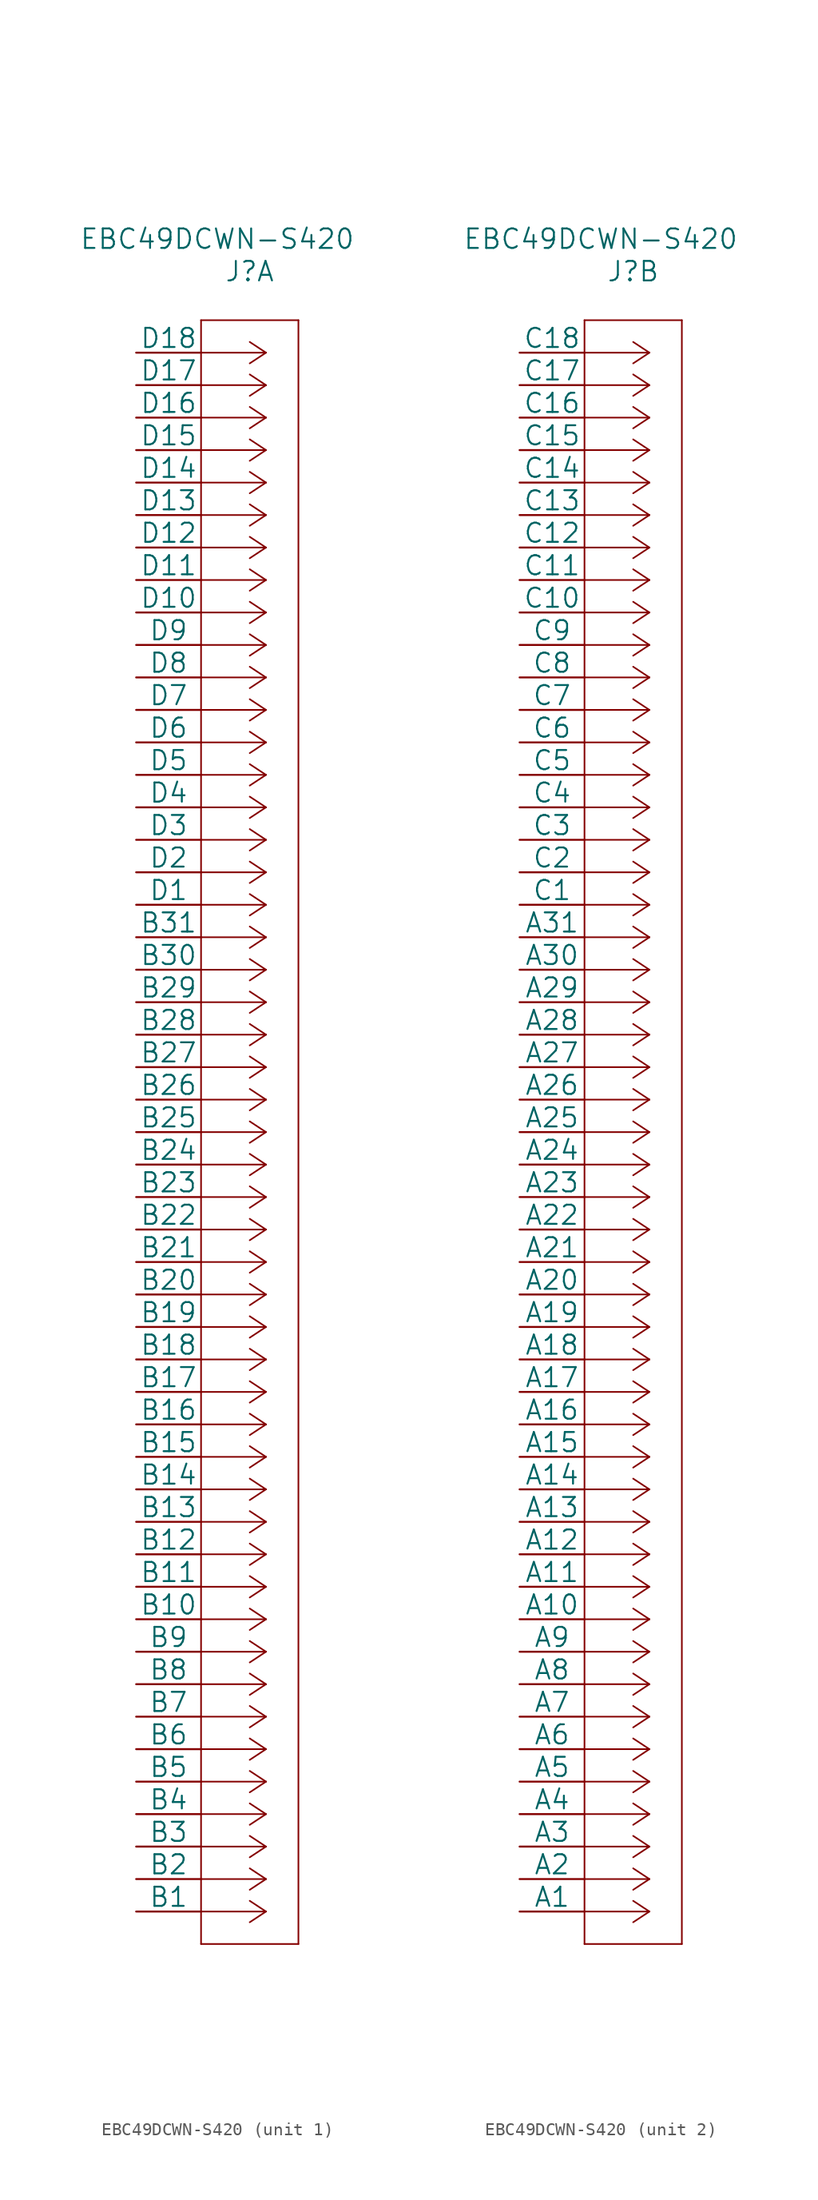
<source format=kicad_sym>
(kicad_symbol_lib
  (version 20211014)
  (generator kicad_symbol_editor)
  (symbol "EBC49DCWN-S420"
    (pin_numbers hide)
    (pin_names
      (offset 0))
    (property "Reference" "J"
      (at 8.89 6.35 0)
      (effects (font (size 1.524 1.524))))
    (property "Value" "EBC49DCWN-S420"
      (at 6.35 8.89 0)
      (effects (font (size 1.524 1.524))))
    (property "Datasheet" ""
      (at 0 0 0)
      (effects (font (size 1.524 1.524))))
    (property "ki_locked" ""
      (at 0 0 0)
      (effects (font (size 1.27 1.27))))
    (symbol "EBC49DCWN-S420_1_1"
      (polyline (pts (xy 5.08 -124.46) (xy 12.7 -124.46)) (stroke (width 0.127) (type default) (color 0 0 0 0)) (fill (type none)))
      (polyline (pts (xy 5.08 2.54) (xy 5.08 -124.46)) (stroke (width 0.127) (type default) (color 0 0 0 0)) (fill (type none)))
      (polyline (pts (xy 10.16 -121.92) (xy 5.08 -121.92)) (stroke (width 0.127) (type default) (color 0 0 0 0)) (fill (type none)))
      (polyline (pts (xy 10.16 -121.92) (xy 8.89 -122.758)) (stroke (width 0.127) (type default) (color 0 0 0 0)) (fill (type none)))
      (polyline (pts (xy 10.16 -121.92) (xy 8.89 -121.082)) (stroke (width 0.127) (type default) (color 0 0 0 0)) (fill (type none)))
      (polyline (pts (xy 10.16 -119.38) (xy 5.08 -119.38)) (stroke (width 0.127) (type default) (color 0 0 0 0)) (fill (type none)))
      (polyline (pts (xy 10.16 -119.38) (xy 8.89 -120.218)) (stroke (width 0.127) (type default) (color 0 0 0 0)) (fill (type none)))
      (polyline (pts (xy 10.16 -119.38) (xy 8.89 -118.542)) (stroke (width 0.127) (type default) (color 0 0 0 0)) (fill (type none)))
      (polyline (pts (xy 10.16 -116.84) (xy 5.08 -116.84)) (stroke (width 0.127) (type default) (color 0 0 0 0)) (fill (type none)))
      (polyline (pts (xy 10.16 -116.84) (xy 8.89 -117.678)) (stroke (width 0.127) (type default) (color 0 0 0 0)) (fill (type none)))
      (polyline (pts (xy 10.16 -116.84) (xy 8.89 -116.002)) (stroke (width 0.127) (type default) (color 0 0 0 0)) (fill (type none)))
      (polyline (pts (xy 10.16 -114.3) (xy 5.08 -114.3)) (stroke (width 0.127) (type default) (color 0 0 0 0)) (fill (type none)))
      (polyline (pts (xy 10.16 -114.3) (xy 8.89 -115.138)) (stroke (width 0.127) (type default) (color 0 0 0 0)) (fill (type none)))
      (polyline (pts (xy 10.16 -114.3) (xy 8.89 -113.462)) (stroke (width 0.127) (type default) (color 0 0 0 0)) (fill (type none)))
      (polyline (pts (xy 10.16 -111.76) (xy 5.08 -111.76)) (stroke (width 0.127) (type default) (color 0 0 0 0)) (fill (type none)))
      (polyline (pts (xy 10.16 -111.76) (xy 8.89 -112.598)) (stroke (width 0.127) (type default) (color 0 0 0 0)) (fill (type none)))
      (polyline (pts (xy 10.16 -111.76) (xy 8.89 -110.922)) (stroke (width 0.127) (type default) (color 0 0 0 0)) (fill (type none)))
      (polyline (pts (xy 10.16 -109.22) (xy 5.08 -109.22)) (stroke (width 0.127) (type default) (color 0 0 0 0)) (fill (type none)))
      (polyline (pts (xy 10.16 -109.22) (xy 8.89 -110.058)) (stroke (width 0.127) (type default) (color 0 0 0 0)) (fill (type none)))
      (polyline (pts (xy 10.16 -109.22) (xy 8.89 -108.382)) (stroke (width 0.127) (type default) (color 0 0 0 0)) (fill (type none)))
      (polyline (pts (xy 10.16 -106.68) (xy 5.08 -106.68)) (stroke (width 0.127) (type default) (color 0 0 0 0)) (fill (type none)))
      (polyline (pts (xy 10.16 -106.68) (xy 8.89 -107.518)) (stroke (width 0.127) (type default) (color 0 0 0 0)) (fill (type none)))
      (polyline (pts (xy 10.16 -106.68) (xy 8.89 -105.842)) (stroke (width 0.127) (type default) (color 0 0 0 0)) (fill (type none)))
      (polyline (pts (xy 10.16 -104.14) (xy 5.08 -104.14)) (stroke (width 0.127) (type default) (color 0 0 0 0)) (fill (type none)))
      (polyline (pts (xy 10.16 -104.14) (xy 8.89 -104.978)) (stroke (width 0.127) (type default) (color 0 0 0 0)) (fill (type none)))
      (polyline (pts (xy 10.16 -104.14) (xy 8.89 -103.302)) (stroke (width 0.127) (type default) (color 0 0 0 0)) (fill (type none)))
      (polyline (pts (xy 10.16 -101.6) (xy 5.08 -101.6)) (stroke (width 0.127) (type default) (color 0 0 0 0)) (fill (type none)))
      (polyline (pts (xy 10.16 -101.6) (xy 8.89 -102.438)) (stroke (width 0.127) (type default) (color 0 0 0 0)) (fill (type none)))
      (polyline (pts (xy 10.16 -101.6) (xy 8.89 -100.762)) (stroke (width 0.127) (type default) (color 0 0 0 0)) (fill (type none)))
      (polyline (pts (xy 10.16 -99.06) (xy 5.08 -99.06)) (stroke (width 0.127) (type default) (color 0 0 0 0)) (fill (type none)))
      (polyline (pts (xy 10.16 -99.06) (xy 8.89 -99.898)) (stroke (width 0.127) (type default) (color 0 0 0 0)) (fill (type none)))
      (polyline (pts (xy 10.16 -99.06) (xy 8.89 -98.222)) (stroke (width 0.127) (type default) (color 0 0 0 0)) (fill (type none)))
      (polyline (pts (xy 10.16 -96.52) (xy 5.08 -96.52)) (stroke (width 0.127) (type default) (color 0 0 0 0)) (fill (type none)))
      (polyline (pts (xy 10.16 -96.52) (xy 8.89 -97.358)) (stroke (width 0.127) (type default) (color 0 0 0 0)) (fill (type none)))
      (polyline (pts (xy 10.16 -96.52) (xy 8.89 -95.682)) (stroke (width 0.127) (type default) (color 0 0 0 0)) (fill (type none)))
      (polyline (pts (xy 10.16 -93.98) (xy 5.08 -93.98)) (stroke (width 0.127) (type default) (color 0 0 0 0)) (fill (type none)))
      (polyline (pts (xy 10.16 -93.98) (xy 8.89 -94.818)) (stroke (width 0.127) (type default) (color 0 0 0 0)) (fill (type none)))
      (polyline (pts (xy 10.16 -93.98) (xy 8.89 -93.142)) (stroke (width 0.127) (type default) (color 0 0 0 0)) (fill (type none)))
      (polyline (pts (xy 10.16 -91.44) (xy 5.08 -91.44)) (stroke (width 0.127) (type default) (color 0 0 0 0)) (fill (type none)))
      (polyline (pts (xy 10.16 -91.44) (xy 8.89 -92.278)) (stroke (width 0.127) (type default) (color 0 0 0 0)) (fill (type none)))
      (polyline (pts (xy 10.16 -91.44) (xy 8.89 -90.602)) (stroke (width 0.127) (type default) (color 0 0 0 0)) (fill (type none)))
      (polyline (pts (xy 10.16 -88.9) (xy 5.08 -88.9)) (stroke (width 0.127) (type default) (color 0 0 0 0)) (fill (type none)))
      (polyline (pts (xy 10.16 -88.9) (xy 8.89 -89.738)) (stroke (width 0.127) (type default) (color 0 0 0 0)) (fill (type none)))
      (polyline (pts (xy 10.16 -88.9) (xy 8.89 -88.062)) (stroke (width 0.127) (type default) (color 0 0 0 0)) (fill (type none)))
      (polyline (pts (xy 10.16 -86.36) (xy 5.08 -86.36)) (stroke (width 0.127) (type default) (color 0 0 0 0)) (fill (type none)))
      (polyline (pts (xy 10.16 -86.36) (xy 8.89 -87.198)) (stroke (width 0.127) (type default) (color 0 0 0 0)) (fill (type none)))
      (polyline (pts (xy 10.16 -86.36) (xy 8.89 -85.522)) (stroke (width 0.127) (type default) (color 0 0 0 0)) (fill (type none)))
      (polyline (pts (xy 10.16 -83.82) (xy 5.08 -83.82)) (stroke (width 0.127) (type default) (color 0 0 0 0)) (fill (type none)))
      (polyline (pts (xy 10.16 -83.82) (xy 8.89 -84.658)) (stroke (width 0.127) (type default) (color 0 0 0 0)) (fill (type none)))
      (polyline (pts (xy 10.16 -83.82) (xy 8.89 -82.982)) (stroke (width 0.127) (type default) (color 0 0 0 0)) (fill (type none)))
      (polyline (pts (xy 10.16 -81.28) (xy 5.08 -81.28)) (stroke (width 0.127) (type default) (color 0 0 0 0)) (fill (type none)))
      (polyline (pts (xy 10.16 -81.28) (xy 8.89 -82.118)) (stroke (width 0.127) (type default) (color 0 0 0 0)) (fill (type none)))
      (polyline (pts (xy 10.16 -81.28) (xy 8.89 -80.442)) (stroke (width 0.127) (type default) (color 0 0 0 0)) (fill (type none)))
      (polyline (pts (xy 10.16 -78.74) (xy 5.08 -78.74)) (stroke (width 0.127) (type default) (color 0 0 0 0)) (fill (type none)))
      (polyline (pts (xy 10.16 -78.74) (xy 8.89 -79.578)) (stroke (width 0.127) (type default) (color 0 0 0 0)) (fill (type none)))
      (polyline (pts (xy 10.16 -78.74) (xy 8.89 -77.902)) (stroke (width 0.127) (type default) (color 0 0 0 0)) (fill (type none)))
      (polyline (pts (xy 10.16 -76.2) (xy 5.08 -76.2)) (stroke (width 0.127) (type default) (color 0 0 0 0)) (fill (type none)))
      (polyline (pts (xy 10.16 -76.2) (xy 8.89 -77.038)) (stroke (width 0.127) (type default) (color 0 0 0 0)) (fill (type none)))
      (polyline (pts (xy 10.16 -76.2) (xy 8.89 -75.362)) (stroke (width 0.127) (type default) (color 0 0 0 0)) (fill (type none)))
      (polyline (pts (xy 10.16 -73.66) (xy 5.08 -73.66)) (stroke (width 0.127) (type default) (color 0 0 0 0)) (fill (type none)))
      (polyline (pts (xy 10.16 -73.66) (xy 8.89 -74.498)) (stroke (width 0.127) (type default) (color 0 0 0 0)) (fill (type none)))
      (polyline (pts (xy 10.16 -73.66) (xy 8.89 -72.822)) (stroke (width 0.127) (type default) (color 0 0 0 0)) (fill (type none)))
      (polyline (pts (xy 10.16 -71.12) (xy 5.08 -71.12)) (stroke (width 0.127) (type default) (color 0 0 0 0)) (fill (type none)))
      (polyline (pts (xy 10.16 -71.12) (xy 8.89 -71.958)) (stroke (width 0.127) (type default) (color 0 0 0 0)) (fill (type none)))
      (polyline (pts (xy 10.16 -71.12) (xy 8.89 -70.282)) (stroke (width 0.127) (type default) (color 0 0 0 0)) (fill (type none)))
      (polyline (pts (xy 10.16 -68.58) (xy 5.08 -68.58)) (stroke (width 0.127) (type default) (color 0 0 0 0)) (fill (type none)))
      (polyline (pts (xy 10.16 -68.58) (xy 8.89 -69.418)) (stroke (width 0.127) (type default) (color 0 0 0 0)) (fill (type none)))
      (polyline (pts (xy 10.16 -68.58) (xy 8.89 -67.742)) (stroke (width 0.127) (type default) (color 0 0 0 0)) (fill (type none)))
      (polyline (pts (xy 10.16 -66.04) (xy 5.08 -66.04)) (stroke (width 0.127) (type default) (color 0 0 0 0)) (fill (type none)))
      (polyline (pts (xy 10.16 -66.04) (xy 8.89 -66.878)) (stroke (width 0.127) (type default) (color 0 0 0 0)) (fill (type none)))
      (polyline (pts (xy 10.16 -66.04) (xy 8.89 -65.202)) (stroke (width 0.127) (type default) (color 0 0 0 0)) (fill (type none)))
      (polyline (pts (xy 10.16 -63.5) (xy 5.08 -63.5)) (stroke (width 0.127) (type default) (color 0 0 0 0)) (fill (type none)))
      (polyline (pts (xy 10.16 -63.5) (xy 8.89 -64.338)) (stroke (width 0.127) (type default) (color 0 0 0 0)) (fill (type none)))
      (polyline (pts (xy 10.16 -63.5) (xy 8.89 -62.662)) (stroke (width 0.127) (type default) (color 0 0 0 0)) (fill (type none)))
      (polyline (pts (xy 10.16 -60.96) (xy 5.08 -60.96)) (stroke (width 0.127) (type default) (color 0 0 0 0)) (fill (type none)))
      (polyline (pts (xy 10.16 -60.96) (xy 8.89 -61.798)) (stroke (width 0.127) (type default) (color 0 0 0 0)) (fill (type none)))
      (polyline (pts (xy 10.16 -60.96) (xy 8.89 -60.122)) (stroke (width 0.127) (type default) (color 0 0 0 0)) (fill (type none)))
      (polyline (pts (xy 10.16 -58.42) (xy 5.08 -58.42)) (stroke (width 0.127) (type default) (color 0 0 0 0)) (fill (type none)))
      (polyline (pts (xy 10.16 -58.42) (xy 8.89 -59.258)) (stroke (width 0.127) (type default) (color 0 0 0 0)) (fill (type none)))
      (polyline (pts (xy 10.16 -58.42) (xy 8.89 -57.582)) (stroke (width 0.127) (type default) (color 0 0 0 0)) (fill (type none)))
      (polyline (pts (xy 10.16 -55.88) (xy 5.08 -55.88)) (stroke (width 0.127) (type default) (color 0 0 0 0)) (fill (type none)))
      (polyline (pts (xy 10.16 -55.88) (xy 8.89 -56.718)) (stroke (width 0.127) (type default) (color 0 0 0 0)) (fill (type none)))
      (polyline (pts (xy 10.16 -55.88) (xy 8.89 -55.042)) (stroke (width 0.127) (type default) (color 0 0 0 0)) (fill (type none)))
      (polyline (pts (xy 10.16 -53.34) (xy 5.08 -53.34)) (stroke (width 0.127) (type default) (color 0 0 0 0)) (fill (type none)))
      (polyline (pts (xy 10.16 -53.34) (xy 8.89 -54.178)) (stroke (width 0.127) (type default) (color 0 0 0 0)) (fill (type none)))
      (polyline (pts (xy 10.16 -53.34) (xy 8.89 -52.502)) (stroke (width 0.127) (type default) (color 0 0 0 0)) (fill (type none)))
      (polyline (pts (xy 10.16 -50.8) (xy 5.08 -50.8)) (stroke (width 0.127) (type default) (color 0 0 0 0)) (fill (type none)))
      (polyline (pts (xy 10.16 -50.8) (xy 8.89 -51.638)) (stroke (width 0.127) (type default) (color 0 0 0 0)) (fill (type none)))
      (polyline (pts (xy 10.16 -50.8) (xy 8.89 -49.962)) (stroke (width 0.127) (type default) (color 0 0 0 0)) (fill (type none)))
      (polyline (pts (xy 10.16 -48.26) (xy 5.08 -48.26)) (stroke (width 0.127) (type default) (color 0 0 0 0)) (fill (type none)))
      (polyline (pts (xy 10.16 -48.26) (xy 8.89 -49.098)) (stroke (width 0.127) (type default) (color 0 0 0 0)) (fill (type none)))
      (polyline (pts (xy 10.16 -48.26) (xy 8.89 -47.422)) (stroke (width 0.127) (type default) (color 0 0 0 0)) (fill (type none)))
      (polyline (pts (xy 10.16 -45.72) (xy 5.08 -45.72)) (stroke (width 0.127) (type default) (color 0 0 0 0)) (fill (type none)))
      (polyline (pts (xy 10.16 -45.72) (xy 8.89 -46.558)) (stroke (width 0.127) (type default) (color 0 0 0 0)) (fill (type none)))
      (polyline (pts (xy 10.16 -45.72) (xy 8.89 -44.882)) (stroke (width 0.127) (type default) (color 0 0 0 0)) (fill (type none)))
      (polyline (pts (xy 10.16 -43.18) (xy 5.08 -43.18)) (stroke (width 0.127) (type default) (color 0 0 0 0)) (fill (type none)))
      (polyline (pts (xy 10.16 -43.18) (xy 8.89 -44.018)) (stroke (width 0.127) (type default) (color 0 0 0 0)) (fill (type none)))
      (polyline (pts (xy 10.16 -43.18) (xy 8.89 -42.342)) (stroke (width 0.127) (type default) (color 0 0 0 0)) (fill (type none)))
      (polyline (pts (xy 10.16 -40.64) (xy 5.08 -40.64)) (stroke (width 0.127) (type default) (color 0 0 0 0)) (fill (type none)))
      (polyline (pts (xy 10.16 -40.64) (xy 8.89 -41.478)) (stroke (width 0.127) (type default) (color 0 0 0 0)) (fill (type none)))
      (polyline (pts (xy 10.16 -40.64) (xy 8.89 -39.802)) (stroke (width 0.127) (type default) (color 0 0 0 0)) (fill (type none)))
      (polyline (pts (xy 10.16 -38.1) (xy 5.08 -38.1)) (stroke (width 0.127) (type default) (color 0 0 0 0)) (fill (type none)))
      (polyline (pts (xy 10.16 -38.1) (xy 8.89 -38.938)) (stroke (width 0.127) (type default) (color 0 0 0 0)) (fill (type none)))
      (polyline (pts (xy 10.16 -38.1) (xy 8.89 -37.262)) (stroke (width 0.127) (type default) (color 0 0 0 0)) (fill (type none)))
      (polyline (pts (xy 10.16 -35.56) (xy 5.08 -35.56)) (stroke (width 0.127) (type default) (color 0 0 0 0)) (fill (type none)))
      (polyline (pts (xy 10.16 -35.56) (xy 8.89 -36.398)) (stroke (width 0.127) (type default) (color 0 0 0 0)) (fill (type none)))
      (polyline (pts (xy 10.16 -35.56) (xy 8.89 -34.722)) (stroke (width 0.127) (type default) (color 0 0 0 0)) (fill (type none)))
      (polyline (pts (xy 10.16 -33.02) (xy 5.08 -33.02)) (stroke (width 0.127) (type default) (color 0 0 0 0)) (fill (type none)))
      (polyline (pts (xy 10.16 -33.02) (xy 8.89 -33.858)) (stroke (width 0.127) (type default) (color 0 0 0 0)) (fill (type none)))
      (polyline (pts (xy 10.16 -33.02) (xy 8.89 -32.182)) (stroke (width 0.127) (type default) (color 0 0 0 0)) (fill (type none)))
      (polyline (pts (xy 10.16 -30.48) (xy 5.08 -30.48)) (stroke (width 0.127) (type default) (color 0 0 0 0)) (fill (type none)))
      (polyline (pts (xy 10.16 -30.48) (xy 8.89 -31.318)) (stroke (width 0.127) (type default) (color 0 0 0 0)) (fill (type none)))
      (polyline (pts (xy 10.16 -30.48) (xy 8.89 -29.642)) (stroke (width 0.127) (type default) (color 0 0 0 0)) (fill (type none)))
      (polyline (pts (xy 10.16 -27.94) (xy 5.08 -27.94)) (stroke (width 0.127) (type default) (color 0 0 0 0)) (fill (type none)))
      (polyline (pts (xy 10.16 -27.94) (xy 8.89 -28.778)) (stroke (width 0.127) (type default) (color 0 0 0 0)) (fill (type none)))
      (polyline (pts (xy 10.16 -27.94) (xy 8.89 -27.102)) (stroke (width 0.127) (type default) (color 0 0 0 0)) (fill (type none)))
      (polyline (pts (xy 10.16 -25.4) (xy 5.08 -25.4)) (stroke (width 0.127) (type default) (color 0 0 0 0)) (fill (type none)))
      (polyline (pts (xy 10.16 -25.4) (xy 8.89 -26.238)) (stroke (width 0.127) (type default) (color 0 0 0 0)) (fill (type none)))
      (polyline (pts (xy 10.16 -25.4) (xy 8.89 -24.562)) (stroke (width 0.127) (type default) (color 0 0 0 0)) (fill (type none)))
      (polyline (pts (xy 10.16 -22.86) (xy 5.08 -22.86)) (stroke (width 0.127) (type default) (color 0 0 0 0)) (fill (type none)))
      (polyline (pts (xy 10.16 -22.86) (xy 8.89 -23.698)) (stroke (width 0.127) (type default) (color 0 0 0 0)) (fill (type none)))
      (polyline (pts (xy 10.16 -22.86) (xy 8.89 -22.022)) (stroke (width 0.127) (type default) (color 0 0 0 0)) (fill (type none)))
      (polyline (pts (xy 10.16 -20.32) (xy 5.08 -20.32)) (stroke (width 0.127) (type default) (color 0 0 0 0)) (fill (type none)))
      (polyline (pts (xy 10.16 -20.32) (xy 8.89 -21.158)) (stroke (width 0.127) (type default) (color 0 0 0 0)) (fill (type none)))
      (polyline (pts (xy 10.16 -20.32) (xy 8.89 -19.482)) (stroke (width 0.127) (type default) (color 0 0 0 0)) (fill (type none)))
      (polyline (pts (xy 10.16 -17.78) (xy 5.08 -17.78)) (stroke (width 0.127) (type default) (color 0 0 0 0)) (fill (type none)))
      (polyline (pts (xy 10.16 -17.78) (xy 8.89 -18.618)) (stroke (width 0.127) (type default) (color 0 0 0 0)) (fill (type none)))
      (polyline (pts (xy 10.16 -17.78) (xy 8.89 -16.942)) (stroke (width 0.127) (type default) (color 0 0 0 0)) (fill (type none)))
      (polyline (pts (xy 10.16 -15.24) (xy 5.08 -15.24)) (stroke (width 0.127) (type default) (color 0 0 0 0)) (fill (type none)))
      (polyline (pts (xy 10.16 -15.24) (xy 8.89 -16.078)) (stroke (width 0.127) (type default) (color 0 0 0 0)) (fill (type none)))
      (polyline (pts (xy 10.16 -15.24) (xy 8.89 -14.402)) (stroke (width 0.127) (type default) (color 0 0 0 0)) (fill (type none)))
      (polyline (pts (xy 10.16 -12.7) (xy 5.08 -12.7)) (stroke (width 0.127) (type default) (color 0 0 0 0)) (fill (type none)))
      (polyline (pts (xy 10.16 -12.7) (xy 8.89 -13.538)) (stroke (width 0.127) (type default) (color 0 0 0 0)) (fill (type none)))
      (polyline (pts (xy 10.16 -12.7) (xy 8.89 -11.862)) (stroke (width 0.127) (type default) (color 0 0 0 0)) (fill (type none)))
      (polyline (pts (xy 10.16 -10.16) (xy 5.08 -10.16)) (stroke (width 0.127) (type default) (color 0 0 0 0)) (fill (type none)))
      (polyline (pts (xy 10.16 -10.16) (xy 8.89 -10.998)) (stroke (width 0.127) (type default) (color 0 0 0 0)) (fill (type none)))
      (polyline (pts (xy 10.16 -10.16) (xy 8.89 -9.322)) (stroke (width 0.127) (type default) (color 0 0 0 0)) (fill (type none)))
      (polyline (pts (xy 10.16 -7.62) (xy 5.08 -7.62)) (stroke (width 0.127) (type default) (color 0 0 0 0)) (fill (type none)))
      (polyline (pts (xy 10.16 -7.62) (xy 8.89 -8.458)) (stroke (width 0.127) (type default) (color 0 0 0 0)) (fill (type none)))
      (polyline (pts (xy 10.16 -7.62) (xy 8.89 -6.782)) (stroke (width 0.127) (type default) (color 0 0 0 0)) (fill (type none)))
      (polyline (pts (xy 10.16 -5.08) (xy 5.08 -5.08)) (stroke (width 0.127) (type default) (color 0 0 0 0)) (fill (type none)))
      (polyline (pts (xy 10.16 -5.08) (xy 8.89 -5.918)) (stroke (width 0.127) (type default) (color 0 0 0 0)) (fill (type none)))
      (polyline (pts (xy 10.16 -5.08) (xy 8.89 -4.242)) (stroke (width 0.127) (type default) (color 0 0 0 0)) (fill (type none)))
      (polyline (pts (xy 10.16 -2.54) (xy 5.08 -2.54)) (stroke (width 0.127) (type default) (color 0 0 0 0)) (fill (type none)))
      (polyline (pts (xy 10.16 -2.54) (xy 8.89 -3.378)) (stroke (width 0.127) (type default) (color 0 0 0 0)) (fill (type none)))
      (polyline (pts (xy 10.16 -2.54) (xy 8.89 -1.702)) (stroke (width 0.127) (type default) (color 0 0 0 0)) (fill (type none)))
      (polyline (pts (xy 10.16 0) (xy 5.08 0)) (stroke (width 0.127) (type default) (color 0 0 0 0)) (fill (type none)))
      (polyline (pts (xy 10.16 0) (xy 8.89 -0.838)) (stroke (width 0.127) (type default) (color 0 0 0 0)) (fill (type none)))
      (polyline (pts (xy 10.16 0) (xy 8.89 0.838)) (stroke (width 0.127) (type default) (color 0 0 0 0)) (fill (type none)))
      (polyline (pts (xy 12.7 -124.46) (xy 12.7 2.54)) (stroke (width 0.127) (type default) (color 0 0 0 0)) (fill (type none)))
      (polyline (pts (xy 12.7 2.54) (xy 5.08 2.54)) (stroke (width 0.127) (type default) (color 0 0 0 0)) (fill (type none)))
      (pin unspecified line (at 0 0 0) (length 5.08) (name "D18" (effects (font (size 1.499 1.499)))) (number "1" (effects (font (size 1.499 1.499)))))
      (pin unspecified line (at 0 -22.86 0) (length 5.08) (name "D9" (effects (font (size 1.499 1.499)))) (number "10" (effects (font (size 1.499 1.499)))))
      (pin unspecified line (at 0 -25.4 0) (length 5.08) (name "D8" (effects (font (size 1.499 1.499)))) (number "11" (effects (font (size 1.499 1.499)))))
      (pin unspecified line (at 0 -27.94 0) (length 5.08) (name "D7" (effects (font (size 1.499 1.499)))) (number "12" (effects (font (size 1.499 1.499)))))
      (pin unspecified line (at 0 -30.48 0) (length 5.08) (name "D6" (effects (font (size 1.499 1.499)))) (number "13" (effects (font (size 1.499 1.499)))))
      (pin unspecified line (at 0 -33.02 0) (length 5.08) (name "D5" (effects (font (size 1.499 1.499)))) (number "14" (effects (font (size 1.499 1.499)))))
      (pin unspecified line (at 0 -35.56 0) (length 5.08) (name "D4" (effects (font (size 1.499 1.499)))) (number "15" (effects (font (size 1.499 1.499)))))
      (pin unspecified line (at 0 -38.1 0) (length 5.08) (name "D3" (effects (font (size 1.499 1.499)))) (number "16" (effects (font (size 1.499 1.499)))))
      (pin unspecified line (at 0 -40.64 0) (length 5.08) (name "D2" (effects (font (size 1.499 1.499)))) (number "17" (effects (font (size 1.499 1.499)))))
      (pin unspecified line (at 0 -43.18 0) (length 5.08) (name "D1" (effects (font (size 1.499 1.499)))) (number "18" (effects (font (size 1.499 1.499)))))
      (pin unspecified line (at 0 -45.72 0) (length 5.08) (name "B31" (effects (font (size 1.499 1.499)))) (number "19" (effects (font (size 1.499 1.499)))))
      (pin unspecified line (at 0 -2.54 0) (length 5.08) (name "D17" (effects (font (size 1.499 1.499)))) (number "2" (effects (font (size 1.499 1.499)))))
      (pin unspecified line (at 0 -48.26 0) (length 5.08) (name "B30" (effects (font (size 1.499 1.499)))) (number "20" (effects (font (size 1.499 1.499)))))
      (pin unspecified line (at 0 -50.8 0) (length 5.08) (name "B29" (effects (font (size 1.499 1.499)))) (number "21" (effects (font (size 1.499 1.499)))))
      (pin unspecified line (at 0 -53.34 0) (length 5.08) (name "B28" (effects (font (size 1.499 1.499)))) (number "22" (effects (font (size 1.499 1.499)))))
      (pin unspecified line (at 0 -55.88 0) (length 5.08) (name "B27" (effects (font (size 1.499 1.499)))) (number "23" (effects (font (size 1.499 1.499)))))
      (pin unspecified line (at 0 -58.42 0) (length 5.08) (name "B26" (effects (font (size 1.499 1.499)))) (number "24" (effects (font (size 1.499 1.499)))))
      (pin unspecified line (at 0 -60.96 0) (length 5.08) (name "B25" (effects (font (size 1.499 1.499)))) (number "25" (effects (font (size 1.499 1.499)))))
      (pin unspecified line (at 0 -63.5 0) (length 5.08) (name "B24" (effects (font (size 1.499 1.499)))) (number "26" (effects (font (size 1.499 1.499)))))
      (pin unspecified line (at 0 -66.04 0) (length 5.08) (name "B23" (effects (font (size 1.499 1.499)))) (number "27" (effects (font (size 1.499 1.499)))))
      (pin unspecified line (at 0 -68.58 0) (length 5.08) (name "B22" (effects (font (size 1.499 1.499)))) (number "28" (effects (font (size 1.499 1.499)))))
      (pin unspecified line (at 0 -71.12 0) (length 5.08) (name "B21" (effects (font (size 1.499 1.499)))) (number "29" (effects (font (size 1.499 1.499)))))
      (pin unspecified line (at 0 -5.08 0) (length 5.08) (name "D16" (effects (font (size 1.499 1.499)))) (number "3" (effects (font (size 1.499 1.499)))))
      (pin unspecified line (at 0 -73.66 0) (length 5.08) (name "B20" (effects (font (size 1.499 1.499)))) (number "30" (effects (font (size 1.499 1.499)))))
      (pin unspecified line (at 0 -76.2 0) (length 5.08) (name "B19" (effects (font (size 1.499 1.499)))) (number "31" (effects (font (size 1.499 1.499)))))
      (pin unspecified line (at 0 -78.74 0) (length 5.08) (name "B18" (effects (font (size 1.499 1.499)))) (number "32" (effects (font (size 1.499 1.499)))))
      (pin unspecified line (at 0 -81.28 0) (length 5.08) (name "B17" (effects (font (size 1.499 1.499)))) (number "33" (effects (font (size 1.499 1.499)))))
      (pin unspecified line (at 0 -83.82 0) (length 5.08) (name "B16" (effects (font (size 1.499 1.499)))) (number "34" (effects (font (size 1.499 1.499)))))
      (pin unspecified line (at 0 -86.36 0) (length 5.08) (name "B15" (effects (font (size 1.499 1.499)))) (number "35" (effects (font (size 1.499 1.499)))))
      (pin unspecified line (at 0 -88.9 0) (length 5.08) (name "B14" (effects (font (size 1.499 1.499)))) (number "36" (effects (font (size 1.499 1.499)))))
      (pin unspecified line (at 0 -91.44 0) (length 5.08) (name "B13" (effects (font (size 1.499 1.499)))) (number "37" (effects (font (size 1.499 1.499)))))
      (pin unspecified line (at 0 -93.98 0) (length 5.08) (name "B12" (effects (font (size 1.499 1.499)))) (number "38" (effects (font (size 1.499 1.499)))))
      (pin unspecified line (at 0 -96.52 0) (length 5.08) (name "B11" (effects (font (size 1.499 1.499)))) (number "39" (effects (font (size 1.499 1.499)))))
      (pin unspecified line (at 0 -7.62 0) (length 5.08) (name "D15" (effects (font (size 1.499 1.499)))) (number "4" (effects (font (size 1.499 1.499)))))
      (pin unspecified line (at 0 -99.06 0) (length 5.08) (name "B10" (effects (font (size 1.499 1.499)))) (number "40" (effects (font (size 1.499 1.499)))))
      (pin unspecified line (at 0 -101.6 0) (length 5.08) (name "B9" (effects (font (size 1.499 1.499)))) (number "41" (effects (font (size 1.499 1.499)))))
      (pin unspecified line (at 0 -104.14 0) (length 5.08) (name "B8" (effects (font (size 1.499 1.499)))) (number "42" (effects (font (size 1.499 1.499)))))
      (pin unspecified line (at 0 -106.68 0) (length 5.08) (name "B7" (effects (font (size 1.499 1.499)))) (number "43" (effects (font (size 1.499 1.499)))))
      (pin unspecified line (at 0 -109.22 0) (length 5.08) (name "B6" (effects (font (size 1.499 1.499)))) (number "44" (effects (font (size 1.499 1.499)))))
      (pin unspecified line (at 0 -111.76 0) (length 5.08) (name "B5" (effects (font (size 1.499 1.499)))) (number "45" (effects (font (size 1.499 1.499)))))
      (pin unspecified line (at 0 -114.3 0) (length 5.08) (name "B4" (effects (font (size 1.499 1.499)))) (number "46" (effects (font (size 1.499 1.499)))))
      (pin unspecified line (at 0 -116.84 0) (length 5.08) (name "B3" (effects (font (size 1.499 1.499)))) (number "47" (effects (font (size 1.499 1.499)))))
      (pin unspecified line (at 0 -119.38 0) (length 5.08) (name "B2" (effects (font (size 1.499 1.499)))) (number "48" (effects (font (size 1.499 1.499)))))
      (pin unspecified line (at 0 -121.92 0) (length 5.08) (name "B1" (effects (font (size 1.499 1.499)))) (number "49" (effects (font (size 1.499 1.499)))))
      (pin unspecified line (at 0 -10.16 0) (length 5.08) (name "D14" (effects (font (size 1.499 1.499)))) (number "5" (effects (font (size 1.499 1.499)))))
      (pin unspecified line (at 0 -12.7 0) (length 5.08) (name "D13" (effects (font (size 1.499 1.499)))) (number "6" (effects (font (size 1.499 1.499)))))
      (pin unspecified line (at 0 -15.24 0) (length 5.08) (name "D12" (effects (font (size 1.499 1.499)))) (number "7" (effects (font (size 1.499 1.499)))))
      (pin unspecified line (at 0 -17.78 0) (length 5.08) (name "D11" (effects (font (size 1.499 1.499)))) (number "8" (effects (font (size 1.499 1.499)))))
      (pin unspecified line (at 0 -20.32 0) (length 5.08) (name "D10" (effects (font (size 1.499 1.499)))) (number "9" (effects (font (size 1.499 1.499))))))
    (symbol "EBC49DCWN-S420_2_1"
      (polyline (pts (xy 5.08 -124.46) (xy 12.7 -124.46)) (stroke (width 0.127) (type default) (color 0 0 0 0)) (fill (type none)))
      (polyline (pts (xy 5.08 2.54) (xy 5.08 -124.46)) (stroke (width 0.127) (type default) (color 0 0 0 0)) (fill (type none)))
      (polyline (pts (xy 10.16 -121.92) (xy 5.08 -121.92)) (stroke (width 0.127) (type default) (color 0 0 0 0)) (fill (type none)))
      (polyline (pts (xy 10.16 -121.92) (xy 8.89 -122.758)) (stroke (width 0.127) (type default) (color 0 0 0 0)) (fill (type none)))
      (polyline (pts (xy 10.16 -121.92) (xy 8.89 -121.082)) (stroke (width 0.127) (type default) (color 0 0 0 0)) (fill (type none)))
      (polyline (pts (xy 10.16 -119.38) (xy 5.08 -119.38)) (stroke (width 0.127) (type default) (color 0 0 0 0)) (fill (type none)))
      (polyline (pts (xy 10.16 -119.38) (xy 8.89 -120.218)) (stroke (width 0.127) (type default) (color 0 0 0 0)) (fill (type none)))
      (polyline (pts (xy 10.16 -119.38) (xy 8.89 -118.542)) (stroke (width 0.127) (type default) (color 0 0 0 0)) (fill (type none)))
      (polyline (pts (xy 10.16 -116.84) (xy 5.08 -116.84)) (stroke (width 0.127) (type default) (color 0 0 0 0)) (fill (type none)))
      (polyline (pts (xy 10.16 -116.84) (xy 8.89 -117.678)) (stroke (width 0.127) (type default) (color 0 0 0 0)) (fill (type none)))
      (polyline (pts (xy 10.16 -116.84) (xy 8.89 -116.002)) (stroke (width 0.127) (type default) (color 0 0 0 0)) (fill (type none)))
      (polyline (pts (xy 10.16 -114.3) (xy 5.08 -114.3)) (stroke (width 0.127) (type default) (color 0 0 0 0)) (fill (type none)))
      (polyline (pts (xy 10.16 -114.3) (xy 8.89 -115.138)) (stroke (width 0.127) (type default) (color 0 0 0 0)) (fill (type none)))
      (polyline (pts (xy 10.16 -114.3) (xy 8.89 -113.462)) (stroke (width 0.127) (type default) (color 0 0 0 0)) (fill (type none)))
      (polyline (pts (xy 10.16 -111.76) (xy 5.08 -111.76)) (stroke (width 0.127) (type default) (color 0 0 0 0)) (fill (type none)))
      (polyline (pts (xy 10.16 -111.76) (xy 8.89 -112.598)) (stroke (width 0.127) (type default) (color 0 0 0 0)) (fill (type none)))
      (polyline (pts (xy 10.16 -111.76) (xy 8.89 -110.922)) (stroke (width 0.127) (type default) (color 0 0 0 0)) (fill (type none)))
      (polyline (pts (xy 10.16 -109.22) (xy 5.08 -109.22)) (stroke (width 0.127) (type default) (color 0 0 0 0)) (fill (type none)))
      (polyline (pts (xy 10.16 -109.22) (xy 8.89 -110.058)) (stroke (width 0.127) (type default) (color 0 0 0 0)) (fill (type none)))
      (polyline (pts (xy 10.16 -109.22) (xy 8.89 -108.382)) (stroke (width 0.127) (type default) (color 0 0 0 0)) (fill (type none)))
      (polyline (pts (xy 10.16 -106.68) (xy 5.08 -106.68)) (stroke (width 0.127) (type default) (color 0 0 0 0)) (fill (type none)))
      (polyline (pts (xy 10.16 -106.68) (xy 8.89 -107.518)) (stroke (width 0.127) (type default) (color 0 0 0 0)) (fill (type none)))
      (polyline (pts (xy 10.16 -106.68) (xy 8.89 -105.842)) (stroke (width 0.127) (type default) (color 0 0 0 0)) (fill (type none)))
      (polyline (pts (xy 10.16 -104.14) (xy 5.08 -104.14)) (stroke (width 0.127) (type default) (color 0 0 0 0)) (fill (type none)))
      (polyline (pts (xy 10.16 -104.14) (xy 8.89 -104.978)) (stroke (width 0.127) (type default) (color 0 0 0 0)) (fill (type none)))
      (polyline (pts (xy 10.16 -104.14) (xy 8.89 -103.302)) (stroke (width 0.127) (type default) (color 0 0 0 0)) (fill (type none)))
      (polyline (pts (xy 10.16 -101.6) (xy 5.08 -101.6)) (stroke (width 0.127) (type default) (color 0 0 0 0)) (fill (type none)))
      (polyline (pts (xy 10.16 -101.6) (xy 8.89 -102.438)) (stroke (width 0.127) (type default) (color 0 0 0 0)) (fill (type none)))
      (polyline (pts (xy 10.16 -101.6) (xy 8.89 -100.762)) (stroke (width 0.127) (type default) (color 0 0 0 0)) (fill (type none)))
      (polyline (pts (xy 10.16 -99.06) (xy 5.08 -99.06)) (stroke (width 0.127) (type default) (color 0 0 0 0)) (fill (type none)))
      (polyline (pts (xy 10.16 -99.06) (xy 8.89 -99.898)) (stroke (width 0.127) (type default) (color 0 0 0 0)) (fill (type none)))
      (polyline (pts (xy 10.16 -99.06) (xy 8.89 -98.222)) (stroke (width 0.127) (type default) (color 0 0 0 0)) (fill (type none)))
      (polyline (pts (xy 10.16 -96.52) (xy 5.08 -96.52)) (stroke (width 0.127) (type default) (color 0 0 0 0)) (fill (type none)))
      (polyline (pts (xy 10.16 -96.52) (xy 8.89 -97.358)) (stroke (width 0.127) (type default) (color 0 0 0 0)) (fill (type none)))
      (polyline (pts (xy 10.16 -96.52) (xy 8.89 -95.682)) (stroke (width 0.127) (type default) (color 0 0 0 0)) (fill (type none)))
      (polyline (pts (xy 10.16 -93.98) (xy 5.08 -93.98)) (stroke (width 0.127) (type default) (color 0 0 0 0)) (fill (type none)))
      (polyline (pts (xy 10.16 -93.98) (xy 8.89 -94.818)) (stroke (width 0.127) (type default) (color 0 0 0 0)) (fill (type none)))
      (polyline (pts (xy 10.16 -93.98) (xy 8.89 -93.142)) (stroke (width 0.127) (type default) (color 0 0 0 0)) (fill (type none)))
      (polyline (pts (xy 10.16 -91.44) (xy 5.08 -91.44)) (stroke (width 0.127) (type default) (color 0 0 0 0)) (fill (type none)))
      (polyline (pts (xy 10.16 -91.44) (xy 8.89 -92.278)) (stroke (width 0.127) (type default) (color 0 0 0 0)) (fill (type none)))
      (polyline (pts (xy 10.16 -91.44) (xy 8.89 -90.602)) (stroke (width 0.127) (type default) (color 0 0 0 0)) (fill (type none)))
      (polyline (pts (xy 10.16 -88.9) (xy 5.08 -88.9)) (stroke (width 0.127) (type default) (color 0 0 0 0)) (fill (type none)))
      (polyline (pts (xy 10.16 -88.9) (xy 8.89 -89.738)) (stroke (width 0.127) (type default) (color 0 0 0 0)) (fill (type none)))
      (polyline (pts (xy 10.16 -88.9) (xy 8.89 -88.062)) (stroke (width 0.127) (type default) (color 0 0 0 0)) (fill (type none)))
      (polyline (pts (xy 10.16 -86.36) (xy 5.08 -86.36)) (stroke (width 0.127) (type default) (color 0 0 0 0)) (fill (type none)))
      (polyline (pts (xy 10.16 -86.36) (xy 8.89 -87.198)) (stroke (width 0.127) (type default) (color 0 0 0 0)) (fill (type none)))
      (polyline (pts (xy 10.16 -86.36) (xy 8.89 -85.522)) (stroke (width 0.127) (type default) (color 0 0 0 0)) (fill (type none)))
      (polyline (pts (xy 10.16 -83.82) (xy 5.08 -83.82)) (stroke (width 0.127) (type default) (color 0 0 0 0)) (fill (type none)))
      (polyline (pts (xy 10.16 -83.82) (xy 8.89 -84.658)) (stroke (width 0.127) (type default) (color 0 0 0 0)) (fill (type none)))
      (polyline (pts (xy 10.16 -83.82) (xy 8.89 -82.982)) (stroke (width 0.127) (type default) (color 0 0 0 0)) (fill (type none)))
      (polyline (pts (xy 10.16 -81.28) (xy 5.08 -81.28)) (stroke (width 0.127) (type default) (color 0 0 0 0)) (fill (type none)))
      (polyline (pts (xy 10.16 -81.28) (xy 8.89 -82.118)) (stroke (width 0.127) (type default) (color 0 0 0 0)) (fill (type none)))
      (polyline (pts (xy 10.16 -81.28) (xy 8.89 -80.442)) (stroke (width 0.127) (type default) (color 0 0 0 0)) (fill (type none)))
      (polyline (pts (xy 10.16 -78.74) (xy 5.08 -78.74)) (stroke (width 0.127) (type default) (color 0 0 0 0)) (fill (type none)))
      (polyline (pts (xy 10.16 -78.74) (xy 8.89 -79.578)) (stroke (width 0.127) (type default) (color 0 0 0 0)) (fill (type none)))
      (polyline (pts (xy 10.16 -78.74) (xy 8.89 -77.902)) (stroke (width 0.127) (type default) (color 0 0 0 0)) (fill (type none)))
      (polyline (pts (xy 10.16 -76.2) (xy 5.08 -76.2)) (stroke (width 0.127) (type default) (color 0 0 0 0)) (fill (type none)))
      (polyline (pts (xy 10.16 -76.2) (xy 8.89 -77.038)) (stroke (width 0.127) (type default) (color 0 0 0 0)) (fill (type none)))
      (polyline (pts (xy 10.16 -76.2) (xy 8.89 -75.362)) (stroke (width 0.127) (type default) (color 0 0 0 0)) (fill (type none)))
      (polyline (pts (xy 10.16 -73.66) (xy 5.08 -73.66)) (stroke (width 0.127) (type default) (color 0 0 0 0)) (fill (type none)))
      (polyline (pts (xy 10.16 -73.66) (xy 8.89 -74.498)) (stroke (width 0.127) (type default) (color 0 0 0 0)) (fill (type none)))
      (polyline (pts (xy 10.16 -73.66) (xy 8.89 -72.822)) (stroke (width 0.127) (type default) (color 0 0 0 0)) (fill (type none)))
      (polyline (pts (xy 10.16 -71.12) (xy 5.08 -71.12)) (stroke (width 0.127) (type default) (color 0 0 0 0)) (fill (type none)))
      (polyline (pts (xy 10.16 -71.12) (xy 8.89 -71.958)) (stroke (width 0.127) (type default) (color 0 0 0 0)) (fill (type none)))
      (polyline (pts (xy 10.16 -71.12) (xy 8.89 -70.282)) (stroke (width 0.127) (type default) (color 0 0 0 0)) (fill (type none)))
      (polyline (pts (xy 10.16 -68.58) (xy 5.08 -68.58)) (stroke (width 0.127) (type default) (color 0 0 0 0)) (fill (type none)))
      (polyline (pts (xy 10.16 -68.58) (xy 8.89 -69.418)) (stroke (width 0.127) (type default) (color 0 0 0 0)) (fill (type none)))
      (polyline (pts (xy 10.16 -68.58) (xy 8.89 -67.742)) (stroke (width 0.127) (type default) (color 0 0 0 0)) (fill (type none)))
      (polyline (pts (xy 10.16 -66.04) (xy 5.08 -66.04)) (stroke (width 0.127) (type default) (color 0 0 0 0)) (fill (type none)))
      (polyline (pts (xy 10.16 -66.04) (xy 8.89 -66.878)) (stroke (width 0.127) (type default) (color 0 0 0 0)) (fill (type none)))
      (polyline (pts (xy 10.16 -66.04) (xy 8.89 -65.202)) (stroke (width 0.127) (type default) (color 0 0 0 0)) (fill (type none)))
      (polyline (pts (xy 10.16 -63.5) (xy 5.08 -63.5)) (stroke (width 0.127) (type default) (color 0 0 0 0)) (fill (type none)))
      (polyline (pts (xy 10.16 -63.5) (xy 8.89 -64.338)) (stroke (width 0.127) (type default) (color 0 0 0 0)) (fill (type none)))
      (polyline (pts (xy 10.16 -63.5) (xy 8.89 -62.662)) (stroke (width 0.127) (type default) (color 0 0 0 0)) (fill (type none)))
      (polyline (pts (xy 10.16 -60.96) (xy 5.08 -60.96)) (stroke (width 0.127) (type default) (color 0 0 0 0)) (fill (type none)))
      (polyline (pts (xy 10.16 -60.96) (xy 8.89 -61.798)) (stroke (width 0.127) (type default) (color 0 0 0 0)) (fill (type none)))
      (polyline (pts (xy 10.16 -60.96) (xy 8.89 -60.122)) (stroke (width 0.127) (type default) (color 0 0 0 0)) (fill (type none)))
      (polyline (pts (xy 10.16 -58.42) (xy 5.08 -58.42)) (stroke (width 0.127) (type default) (color 0 0 0 0)) (fill (type none)))
      (polyline (pts (xy 10.16 -58.42) (xy 8.89 -59.258)) (stroke (width 0.127) (type default) (color 0 0 0 0)) (fill (type none)))
      (polyline (pts (xy 10.16 -58.42) (xy 8.89 -57.582)) (stroke (width 0.127) (type default) (color 0 0 0 0)) (fill (type none)))
      (polyline (pts (xy 10.16 -55.88) (xy 5.08 -55.88)) (stroke (width 0.127) (type default) (color 0 0 0 0)) (fill (type none)))
      (polyline (pts (xy 10.16 -55.88) (xy 8.89 -56.718)) (stroke (width 0.127) (type default) (color 0 0 0 0)) (fill (type none)))
      (polyline (pts (xy 10.16 -55.88) (xy 8.89 -55.042)) (stroke (width 0.127) (type default) (color 0 0 0 0)) (fill (type none)))
      (polyline (pts (xy 10.16 -53.34) (xy 5.08 -53.34)) (stroke (width 0.127) (type default) (color 0 0 0 0)) (fill (type none)))
      (polyline (pts (xy 10.16 -53.34) (xy 8.89 -54.178)) (stroke (width 0.127) (type default) (color 0 0 0 0)) (fill (type none)))
      (polyline (pts (xy 10.16 -53.34) (xy 8.89 -52.502)) (stroke (width 0.127) (type default) (color 0 0 0 0)) (fill (type none)))
      (polyline (pts (xy 10.16 -50.8) (xy 5.08 -50.8)) (stroke (width 0.127) (type default) (color 0 0 0 0)) (fill (type none)))
      (polyline (pts (xy 10.16 -50.8) (xy 8.89 -51.638)) (stroke (width 0.127) (type default) (color 0 0 0 0)) (fill (type none)))
      (polyline (pts (xy 10.16 -50.8) (xy 8.89 -49.962)) (stroke (width 0.127) (type default) (color 0 0 0 0)) (fill (type none)))
      (polyline (pts (xy 10.16 -48.26) (xy 5.08 -48.26)) (stroke (width 0.127) (type default) (color 0 0 0 0)) (fill (type none)))
      (polyline (pts (xy 10.16 -48.26) (xy 8.89 -49.098)) (stroke (width 0.127) (type default) (color 0 0 0 0)) (fill (type none)))
      (polyline (pts (xy 10.16 -48.26) (xy 8.89 -47.422)) (stroke (width 0.127) (type default) (color 0 0 0 0)) (fill (type none)))
      (polyline (pts (xy 10.16 -45.72) (xy 5.08 -45.72)) (stroke (width 0.127) (type default) (color 0 0 0 0)) (fill (type none)))
      (polyline (pts (xy 10.16 -45.72) (xy 8.89 -46.558)) (stroke (width 0.127) (type default) (color 0 0 0 0)) (fill (type none)))
      (polyline (pts (xy 10.16 -45.72) (xy 8.89 -44.882)) (stroke (width 0.127) (type default) (color 0 0 0 0)) (fill (type none)))
      (polyline (pts (xy 10.16 -43.18) (xy 5.08 -43.18)) (stroke (width 0.127) (type default) (color 0 0 0 0)) (fill (type none)))
      (polyline (pts (xy 10.16 -43.18) (xy 8.89 -44.018)) (stroke (width 0.127) (type default) (color 0 0 0 0)) (fill (type none)))
      (polyline (pts (xy 10.16 -43.18) (xy 8.89 -42.342)) (stroke (width 0.127) (type default) (color 0 0 0 0)) (fill (type none)))
      (polyline (pts (xy 10.16 -40.64) (xy 5.08 -40.64)) (stroke (width 0.127) (type default) (color 0 0 0 0)) (fill (type none)))
      (polyline (pts (xy 10.16 -40.64) (xy 8.89 -41.478)) (stroke (width 0.127) (type default) (color 0 0 0 0)) (fill (type none)))
      (polyline (pts (xy 10.16 -40.64) (xy 8.89 -39.802)) (stroke (width 0.127) (type default) (color 0 0 0 0)) (fill (type none)))
      (polyline (pts (xy 10.16 -38.1) (xy 5.08 -38.1)) (stroke (width 0.127) (type default) (color 0 0 0 0)) (fill (type none)))
      (polyline (pts (xy 10.16 -38.1) (xy 8.89 -38.938)) (stroke (width 0.127) (type default) (color 0 0 0 0)) (fill (type none)))
      (polyline (pts (xy 10.16 -38.1) (xy 8.89 -37.262)) (stroke (width 0.127) (type default) (color 0 0 0 0)) (fill (type none)))
      (polyline (pts (xy 10.16 -35.56) (xy 5.08 -35.56)) (stroke (width 0.127) (type default) (color 0 0 0 0)) (fill (type none)))
      (polyline (pts (xy 10.16 -35.56) (xy 8.89 -36.398)) (stroke (width 0.127) (type default) (color 0 0 0 0)) (fill (type none)))
      (polyline (pts (xy 10.16 -35.56) (xy 8.89 -34.722)) (stroke (width 0.127) (type default) (color 0 0 0 0)) (fill (type none)))
      (polyline (pts (xy 10.16 -33.02) (xy 5.08 -33.02)) (stroke (width 0.127) (type default) (color 0 0 0 0)) (fill (type none)))
      (polyline (pts (xy 10.16 -33.02) (xy 8.89 -33.858)) (stroke (width 0.127) (type default) (color 0 0 0 0)) (fill (type none)))
      (polyline (pts (xy 10.16 -33.02) (xy 8.89 -32.182)) (stroke (width 0.127) (type default) (color 0 0 0 0)) (fill (type none)))
      (polyline (pts (xy 10.16 -30.48) (xy 5.08 -30.48)) (stroke (width 0.127) (type default) (color 0 0 0 0)) (fill (type none)))
      (polyline (pts (xy 10.16 -30.48) (xy 8.89 -31.318)) (stroke (width 0.127) (type default) (color 0 0 0 0)) (fill (type none)))
      (polyline (pts (xy 10.16 -30.48) (xy 8.89 -29.642)) (stroke (width 0.127) (type default) (color 0 0 0 0)) (fill (type none)))
      (polyline (pts (xy 10.16 -27.94) (xy 5.08 -27.94)) (stroke (width 0.127) (type default) (color 0 0 0 0)) (fill (type none)))
      (polyline (pts (xy 10.16 -27.94) (xy 8.89 -28.778)) (stroke (width 0.127) (type default) (color 0 0 0 0)) (fill (type none)))
      (polyline (pts (xy 10.16 -27.94) (xy 8.89 -27.102)) (stroke (width 0.127) (type default) (color 0 0 0 0)) (fill (type none)))
      (polyline (pts (xy 10.16 -25.4) (xy 5.08 -25.4)) (stroke (width 0.127) (type default) (color 0 0 0 0)) (fill (type none)))
      (polyline (pts (xy 10.16 -25.4) (xy 8.89 -26.238)) (stroke (width 0.127) (type default) (color 0 0 0 0)) (fill (type none)))
      (polyline (pts (xy 10.16 -25.4) (xy 8.89 -24.562)) (stroke (width 0.127) (type default) (color 0 0 0 0)) (fill (type none)))
      (polyline (pts (xy 10.16 -22.86) (xy 5.08 -22.86)) (stroke (width 0.127) (type default) (color 0 0 0 0)) (fill (type none)))
      (polyline (pts (xy 10.16 -22.86) (xy 8.89 -23.698)) (stroke (width 0.127) (type default) (color 0 0 0 0)) (fill (type none)))
      (polyline (pts (xy 10.16 -22.86) (xy 8.89 -22.022)) (stroke (width 0.127) (type default) (color 0 0 0 0)) (fill (type none)))
      (polyline (pts (xy 10.16 -20.32) (xy 5.08 -20.32)) (stroke (width 0.127) (type default) (color 0 0 0 0)) (fill (type none)))
      (polyline (pts (xy 10.16 -20.32) (xy 8.89 -21.158)) (stroke (width 0.127) (type default) (color 0 0 0 0)) (fill (type none)))
      (polyline (pts (xy 10.16 -20.32) (xy 8.89 -19.482)) (stroke (width 0.127) (type default) (color 0 0 0 0)) (fill (type none)))
      (polyline (pts (xy 10.16 -17.78) (xy 5.08 -17.78)) (stroke (width 0.127) (type default) (color 0 0 0 0)) (fill (type none)))
      (polyline (pts (xy 10.16 -17.78) (xy 8.89 -18.618)) (stroke (width 0.127) (type default) (color 0 0 0 0)) (fill (type none)))
      (polyline (pts (xy 10.16 -17.78) (xy 8.89 -16.942)) (stroke (width 0.127) (type default) (color 0 0 0 0)) (fill (type none)))
      (polyline (pts (xy 10.16 -15.24) (xy 5.08 -15.24)) (stroke (width 0.127) (type default) (color 0 0 0 0)) (fill (type none)))
      (polyline (pts (xy 10.16 -15.24) (xy 8.89 -16.078)) (stroke (width 0.127) (type default) (color 0 0 0 0)) (fill (type none)))
      (polyline (pts (xy 10.16 -15.24) (xy 8.89 -14.402)) (stroke (width 0.127) (type default) (color 0 0 0 0)) (fill (type none)))
      (polyline (pts (xy 10.16 -12.7) (xy 5.08 -12.7)) (stroke (width 0.127) (type default) (color 0 0 0 0)) (fill (type none)))
      (polyline (pts (xy 10.16 -12.7) (xy 8.89 -13.538)) (stroke (width 0.127) (type default) (color 0 0 0 0)) (fill (type none)))
      (polyline (pts (xy 10.16 -12.7) (xy 8.89 -11.862)) (stroke (width 0.127) (type default) (color 0 0 0 0)) (fill (type none)))
      (polyline (pts (xy 10.16 -10.16) (xy 5.08 -10.16)) (stroke (width 0.127) (type default) (color 0 0 0 0)) (fill (type none)))
      (polyline (pts (xy 10.16 -10.16) (xy 8.89 -10.998)) (stroke (width 0.127) (type default) (color 0 0 0 0)) (fill (type none)))
      (polyline (pts (xy 10.16 -10.16) (xy 8.89 -9.322)) (stroke (width 0.127) (type default) (color 0 0 0 0)) (fill (type none)))
      (polyline (pts (xy 10.16 -7.62) (xy 5.08 -7.62)) (stroke (width 0.127) (type default) (color 0 0 0 0)) (fill (type none)))
      (polyline (pts (xy 10.16 -7.62) (xy 8.89 -8.458)) (stroke (width 0.127) (type default) (color 0 0 0 0)) (fill (type none)))
      (polyline (pts (xy 10.16 -7.62) (xy 8.89 -6.782)) (stroke (width 0.127) (type default) (color 0 0 0 0)) (fill (type none)))
      (polyline (pts (xy 10.16 -5.08) (xy 5.08 -5.08)) (stroke (width 0.127) (type default) (color 0 0 0 0)) (fill (type none)))
      (polyline (pts (xy 10.16 -5.08) (xy 8.89 -5.918)) (stroke (width 0.127) (type default) (color 0 0 0 0)) (fill (type none)))
      (polyline (pts (xy 10.16 -5.08) (xy 8.89 -4.242)) (stroke (width 0.127) (type default) (color 0 0 0 0)) (fill (type none)))
      (polyline (pts (xy 10.16 -2.54) (xy 5.08 -2.54)) (stroke (width 0.127) (type default) (color 0 0 0 0)) (fill (type none)))
      (polyline (pts (xy 10.16 -2.54) (xy 8.89 -3.378)) (stroke (width 0.127) (type default) (color 0 0 0 0)) (fill (type none)))
      (polyline (pts (xy 10.16 -2.54) (xy 8.89 -1.702)) (stroke (width 0.127) (type default) (color 0 0 0 0)) (fill (type none)))
      (polyline (pts (xy 10.16 0) (xy 5.08 0)) (stroke (width 0.127) (type default) (color 0 0 0 0)) (fill (type none)))
      (polyline (pts (xy 10.16 0) (xy 8.89 -0.838)) (stroke (width 0.127) (type default) (color 0 0 0 0)) (fill (type none)))
      (polyline (pts (xy 10.16 0) (xy 8.89 0.838)) (stroke (width 0.127) (type default) (color 0 0 0 0)) (fill (type none)))
      (polyline (pts (xy 12.7 -124.46) (xy 12.7 2.54)) (stroke (width 0.127) (type default) (color 0 0 0 0)) (fill (type none)))
      (polyline (pts (xy 12.7 2.54) (xy 5.08 2.54)) (stroke (width 0.127) (type default) (color 0 0 0 0)) (fill (type none)))
      (pin unspecified line (at 0 0 0) (length 5.08) (name "C18" (effects (font (size 1.499 1.499)))) (number "50" (effects (font (size 1.499 1.499)))))
      (pin unspecified line (at 0 -2.54 0) (length 5.08) (name "C17" (effects (font (size 1.499 1.499)))) (number "51" (effects (font (size 1.499 1.499)))))
      (pin unspecified line (at 0 -5.08 0) (length 5.08) (name "C16" (effects (font (size 1.499 1.499)))) (number "52" (effects (font (size 1.499 1.499)))))
      (pin unspecified line (at 0 -7.62 0) (length 5.08) (name "C15" (effects (font (size 1.499 1.499)))) (number "53" (effects (font (size 1.499 1.499)))))
      (pin unspecified line (at 0 -10.16 0) (length 5.08) (name "C14" (effects (font (size 1.499 1.499)))) (number "54" (effects (font (size 1.499 1.499)))))
      (pin unspecified line (at 0 -12.7 0) (length 5.08) (name "C13" (effects (font (size 1.499 1.499)))) (number "55" (effects (font (size 1.499 1.499)))))
      (pin unspecified line (at 0 -15.24 0) (length 5.08) (name "C12" (effects (font (size 1.499 1.499)))) (number "56" (effects (font (size 1.499 1.499)))))
      (pin unspecified line (at 0 -17.78 0) (length 5.08) (name "C11" (effects (font (size 1.499 1.499)))) (number "57" (effects (font (size 1.499 1.499)))))
      (pin unspecified line (at 0 -20.32 0) (length 5.08) (name "C10" (effects (font (size 1.499 1.499)))) (number "58" (effects (font (size 1.499 1.499)))))
      (pin unspecified line (at 0 -22.86 0) (length 5.08) (name "C9" (effects (font (size 1.499 1.499)))) (number "59" (effects (font (size 1.499 1.499)))))
      (pin unspecified line (at 0 -25.4 0) (length 5.08) (name "C8" (effects (font (size 1.499 1.499)))) (number "60" (effects (font (size 1.499 1.499)))))
      (pin unspecified line (at 0 -27.94 0) (length 5.08) (name "C7" (effects (font (size 1.499 1.499)))) (number "61" (effects (font (size 1.499 1.499)))))
      (pin unspecified line (at 0 -30.48 0) (length 5.08) (name "C6" (effects (font (size 1.499 1.499)))) (number "62" (effects (font (size 1.499 1.499)))))
      (pin unspecified line (at 0 -33.02 0) (length 5.08) (name "C5" (effects (font (size 1.499 1.499)))) (number "63" (effects (font (size 1.499 1.499)))))
      (pin unspecified line (at 0 -35.56 0) (length 5.08) (name "C4" (effects (font (size 1.499 1.499)))) (number "64" (effects (font (size 1.499 1.499)))))
      (pin unspecified line (at 0 -38.1 0) (length 5.08) (name "C3" (effects (font (size 1.499 1.499)))) (number "65" (effects (font (size 1.499 1.499)))))
      (pin unspecified line (at 0 -40.64 0) (length 5.08) (name "C2" (effects (font (size 1.499 1.499)))) (number "66" (effects (font (size 1.499 1.499)))))
      (pin unspecified line (at 0 -43.18 0) (length 5.08) (name "C1" (effects (font (size 1.499 1.499)))) (number "67" (effects (font (size 1.499 1.499)))))
      (pin unspecified line (at 0 -45.72 0) (length 5.08) (name "A31" (effects (font (size 1.499 1.499)))) (number "68" (effects (font (size 1.499 1.499)))))
      (pin unspecified line (at 0 -48.26 0) (length 5.08) (name "A30" (effects (font (size 1.499 1.499)))) (number "69" (effects (font (size 1.499 1.499)))))
      (pin unspecified line (at 0 -50.8 0) (length 5.08) (name "A29" (effects (font (size 1.499 1.499)))) (number "70" (effects (font (size 1.499 1.499)))))
      (pin unspecified line (at 0 -53.34 0) (length 5.08) (name "A28" (effects (font (size 1.499 1.499)))) (number "71" (effects (font (size 1.499 1.499)))))
      (pin unspecified line (at 0 -55.88 0) (length 5.08) (name "A27" (effects (font (size 1.499 1.499)))) (number "72" (effects (font (size 1.499 1.499)))))
      (pin unspecified line (at 0 -58.42 0) (length 5.08) (name "A26" (effects (font (size 1.499 1.499)))) (number "73" (effects (font (size 1.499 1.499)))))
      (pin unspecified line (at 0 -60.96 0) (length 5.08) (name "A25" (effects (font (size 1.499 1.499)))) (number "74" (effects (font (size 1.499 1.499)))))
      (pin unspecified line (at 0 -63.5 0) (length 5.08) (name "A24" (effects (font (size 1.499 1.499)))) (number "75" (effects (font (size 1.499 1.499)))))
      (pin unspecified line (at 0 -66.04 0) (length 5.08) (name "A23" (effects (font (size 1.499 1.499)))) (number "76" (effects (font (size 1.499 1.499)))))
      (pin unspecified line (at 0 -68.58 0) (length 5.08) (name "A22" (effects (font (size 1.499 1.499)))) (number "77" (effects (font (size 1.499 1.499)))))
      (pin unspecified line (at 0 -71.12 0) (length 5.08) (name "A21" (effects (font (size 1.499 1.499)))) (number "78" (effects (font (size 1.499 1.499)))))
      (pin unspecified line (at 0 -73.66 0) (length 5.08) (name "A20" (effects (font (size 1.499 1.499)))) (number "79" (effects (font (size 1.499 1.499)))))
      (pin unspecified line (at 0 -76.2 0) (length 5.08) (name "A19" (effects (font (size 1.499 1.499)))) (number "80" (effects (font (size 1.499 1.499)))))
      (pin unspecified line (at 0 -78.74 0) (length 5.08) (name "A18" (effects (font (size 1.499 1.499)))) (number "81" (effects (font (size 1.499 1.499)))))
      (pin unspecified line (at 0 -81.28 0) (length 5.08) (name "A17" (effects (font (size 1.499 1.499)))) (number "82" (effects (font (size 1.499 1.499)))))
      (pin unspecified line (at 0 -83.82 0) (length 5.08) (name "A16" (effects (font (size 1.499 1.499)))) (number "83" (effects (font (size 1.499 1.499)))))
      (pin unspecified line (at 0 -86.36 0) (length 5.08) (name "A15" (effects (font (size 1.499 1.499)))) (number "84" (effects (font (size 1.499 1.499)))))
      (pin unspecified line (at 0 -88.9 0) (length 5.08) (name "A14" (effects (font (size 1.499 1.499)))) (number "85" (effects (font (size 1.499 1.499)))))
      (pin unspecified line (at 0 -91.44 0) (length 5.08) (name "A13" (effects (font (size 1.499 1.499)))) (number "86" (effects (font (size 1.499 1.499)))))
      (pin unspecified line (at 0 -93.98 0) (length 5.08) (name "A12" (effects (font (size 1.499 1.499)))) (number "87" (effects (font (size 1.499 1.499)))))
      (pin unspecified line (at 0 -96.52 0) (length 5.08) (name "A11" (effects (font (size 1.499 1.499)))) (number "88" (effects (font (size 1.499 1.499)))))
      (pin unspecified line (at 0 -99.06 0) (length 5.08) (name "A10" (effects (font (size 1.499 1.499)))) (number "89" (effects (font (size 1.499 1.499)))))
      (pin unspecified line (at 0 -101.6 0) (length 5.08) (name "A9" (effects (font (size 1.499 1.499)))) (number "90" (effects (font (size 1.499 1.499)))))
      (pin unspecified line (at 0 -104.14 0) (length 5.08) (name "A8" (effects (font (size 1.499 1.499)))) (number "91" (effects (font (size 1.499 1.499)))))
      (pin unspecified line (at 0 -106.68 0) (length 5.08) (name "A7" (effects (font (size 1.499 1.499)))) (number "92" (effects (font (size 1.499 1.499)))))
      (pin unspecified line (at 0 -109.22 0) (length 5.08) (name "A6" (effects (font (size 1.499 1.499)))) (number "93" (effects (font (size 1.499 1.499)))))
      (pin unspecified line (at 0 -111.76 0) (length 5.08) (name "A5" (effects (font (size 1.499 1.499)))) (number "94" (effects (font (size 1.499 1.499)))))
      (pin unspecified line (at 0 -114.3 0) (length 5.08) (name "A4" (effects (font (size 1.499 1.499)))) (number "95" (effects (font (size 1.499 1.499)))))
      (pin unspecified line (at 0 -116.84 0) (length 5.08) (name "A3" (effects (font (size 1.499 1.499)))) (number "96" (effects (font (size 1.499 1.499)))))
      (pin unspecified line (at 0 -119.38 0) (length 5.08) (name "A2" (effects (font (size 1.499 1.499)))) (number "97" (effects (font (size 1.499 1.499)))))
      (pin unspecified line (at 0 -121.92 0) (length 5.08) (name "A1" (effects (font (size 1.499 1.499)))) (number "98" (effects (font (size 1.499 1.499))))))))
</source>
